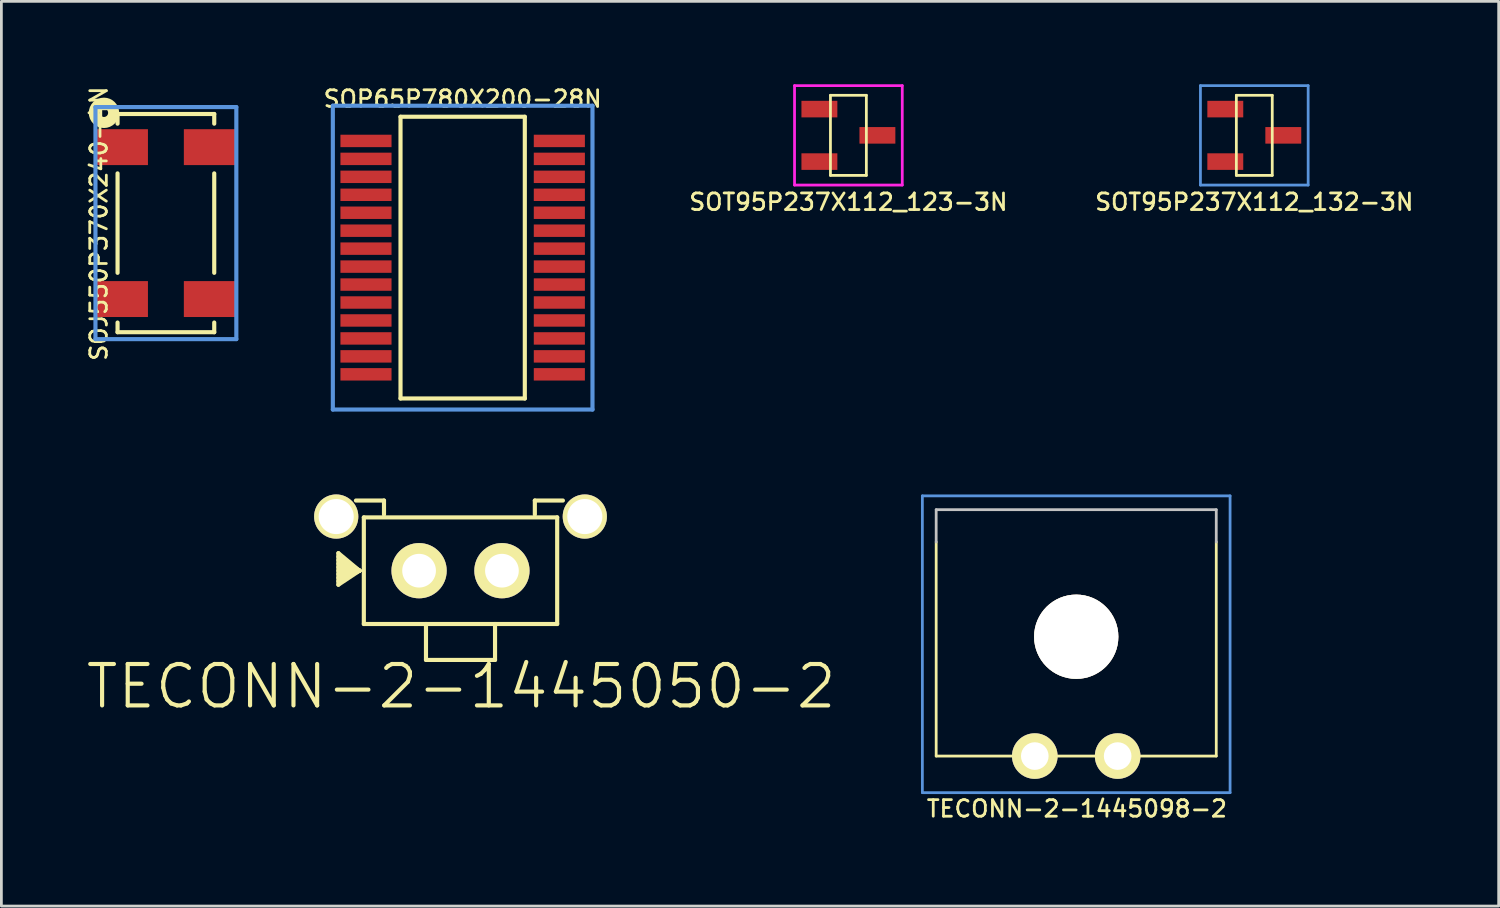
<source format=kicad_pcb>
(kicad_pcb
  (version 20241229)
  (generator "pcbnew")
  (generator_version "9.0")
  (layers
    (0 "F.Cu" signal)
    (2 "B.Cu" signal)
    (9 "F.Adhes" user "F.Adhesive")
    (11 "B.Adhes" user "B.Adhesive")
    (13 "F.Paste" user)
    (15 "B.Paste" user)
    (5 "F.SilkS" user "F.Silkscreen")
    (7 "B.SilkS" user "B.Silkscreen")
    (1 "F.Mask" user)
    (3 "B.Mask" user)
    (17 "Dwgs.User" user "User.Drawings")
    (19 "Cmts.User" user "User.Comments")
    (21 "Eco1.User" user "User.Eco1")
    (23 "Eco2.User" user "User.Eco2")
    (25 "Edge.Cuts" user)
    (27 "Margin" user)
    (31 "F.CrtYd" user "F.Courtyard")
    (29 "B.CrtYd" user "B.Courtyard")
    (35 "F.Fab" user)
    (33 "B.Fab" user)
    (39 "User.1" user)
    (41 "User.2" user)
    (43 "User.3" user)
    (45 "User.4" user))
  (footprint "TECONN-2-1445098-2"
    (layer "F.Cu")
    (at 34.413 24.322)
    (property "Reference" "TECONN-2-1445098-2" (at 1.524 1.905 0) (layer "F.SilkS") (effects (font (size 0.6 0.6) (thickness 0.1))))
    (attr through_hole)
    (fp_line (start -3.57 -7.75) (end -3.57 0) (stroke (width 0.1) (type solid)) (layer "F.SilkS"))
    (fp_line (start 6.57 0) (end -3.57 0) (stroke (width 0.1) (type solid)) (layer "F.SilkS"))
    (fp_line (start 6.57 0) (end 6.57 -7.75) (stroke (width 0.1) (type solid)) (layer "F.SilkS"))
    (fp_line (start -3.57 -8.92) (end 6.57 -8.92) (stroke (width 0.1) (type solid)) (layer "Dwgs.User"))
    (fp_line (start -3.57 -7.75) (end -3.57 -8.92) (stroke (width 0.1) (type solid)) (layer "Dwgs.User"))
    (fp_line (start 6.57 -8.92) (end 6.57 -7.75) (stroke (width 0.1) (type solid)) (layer "Dwgs.User"))
    (fp_line (start -4.07 -9.42) (end 7.07 -9.42) (stroke (width 0.1) (type solid)) (layer "Cmts.User"))
    (fp_line (start -4.07 1.325) (end -4.07 -9.42) (stroke (width 0.1) (type solid)) (layer "Cmts.User"))
    (fp_line (start 7.07 -9.42) (end 7.07 1.325) (stroke (width 0.1) (type solid)) (layer "Cmts.User"))
    (fp_line (start 7.07 1.325) (end -4.07 1.325) (stroke (width 0.1) (type solid)) (layer "Cmts.User"))
    (pad "" thru_hole circle (at 1.5 -4.32) (size 3.05 3.05) (drill 3.05) (layers "*.Cu" "*.Mask" "F.SilkS"))
    (pad "1" thru_hole circle (at 0 0) (size 1.65 1.65) (drill 1) (layers "*.Cu" "*.Mask" "F.SilkS"))
    (pad "2" thru_hole circle (at 3 0) (size 1.65 1.65) (drill 1) (layers "*.Cu" "*.Mask" "F.SilkS")))
  (footprint "SOP65P780X200-28N"
    (layer "F.Cu")
    (at 13.7 6.277)
    (property "Reference" "SOP65P780X200-28N" (at 0 -5.75 0) (layer "F.SilkS") (effects (font (size 0.6 0.6) (thickness 0.1))))
    (attr through_hole)
    (fp_line (start -2.25 -5.1) (end 2.25 -5.1) (stroke (width 0.15) (type solid)) (layer "F.SilkS"))
    (fp_line (start -2.25 5.1) (end -2.25 -5.1) (stroke (width 0.15) (type solid)) (layer "F.SilkS"))
    (fp_line (start 2.25 -5.1) (end 2.25 5.1) (stroke (width 0.15) (type solid)) (layer "F.SilkS"))
    (fp_line (start 2.25 5.1) (end -2.25 5.1) (stroke (width 0.15) (type solid)) (layer "F.SilkS"))
    (fp_line (start -4.7 -5.5) (end 4.7 -5.5) (stroke (width 0.15) (type solid)) (layer "Cmts.User"))
    (fp_line (start -4.7 5.5) (end -4.7 -5.5) (stroke (width 0.15) (type solid)) (layer "Cmts.User"))
    (fp_line (start 4.7 -5.5) (end 4.7 5.5) (stroke (width 0.15) (type solid)) (layer "Cmts.User"))
    (fp_line (start 4.7 5.5) (end -4.7 5.5) (stroke (width 0.15) (type solid)) (layer "Cmts.User"))
    (pad "1" smd rect (at -3.5 -4.225) (size 1.85 0.45) (layers "F.Cu" "F.Mask" "F.Paste"))
    (pad "2" smd rect (at -3.5 -3.575) (size 1.85 0.45) (layers "F.Cu" "F.Mask" "F.Paste"))
    (pad "3" smd rect (at -3.5 -2.925) (size 1.85 0.45) (layers "F.Cu" "F.Mask" "F.Paste"))
    (pad "4" smd rect (at -3.5 -2.275) (size 1.85 0.45) (layers "F.Cu" "F.Mask" "F.Paste"))
    (pad "5" smd rect (at -3.5 -1.625) (size 1.85 0.45) (layers "F.Cu" "F.Mask" "F.Paste"))
    (pad "6" smd rect (at -3.5 -0.975) (size 1.85 0.45) (layers "F.Cu" "F.Mask" "F.Paste"))
    (pad "7" smd rect (at -3.5 -0.325) (size 1.85 0.45) (layers "F.Cu" "F.Mask" "F.Paste"))
    (pad "8" smd rect (at -3.5 0.325) (size 1.85 0.45) (layers "F.Cu" "F.Mask" "F.Paste"))
    (pad "9" smd rect (at -3.5 0.975) (size 1.85 0.45) (layers "F.Cu" "F.Mask" "F.Paste"))
    (pad "10" smd rect (at -3.5 1.625) (size 1.85 0.45) (layers "F.Cu" "F.Mask" "F.Paste"))
    (pad "11" smd rect (at -3.5 2.275) (size 1.85 0.45) (layers "F.Cu" "F.Mask" "F.Paste"))
    (pad "12" smd rect (at -3.5 2.925) (size 1.85 0.45) (layers "F.Cu" "F.Mask" "F.Paste"))
    (pad "13" smd rect (at -3.5 3.575) (size 1.85 0.45) (layers "F.Cu" "F.Mask" "F.Paste"))
    (pad "14" smd rect (at -3.5 4.225) (size 1.85 0.45) (layers "F.Cu" "F.Mask" "F.Paste"))
    (pad "15" smd rect (at 3.5 4.225) (size 1.85 0.45) (layers "F.Cu" "F.Mask" "F.Paste"))
    (pad "16" smd rect (at 3.5 3.575) (size 1.85 0.45) (layers "F.Cu" "F.Mask" "F.Paste"))
    (pad "17" smd rect (at 3.5 2.925) (size 1.85 0.45) (layers "F.Cu" "F.Mask" "F.Paste"))
    (pad "18" smd rect (at 3.5 2.275) (size 1.85 0.45) (layers "F.Cu" "F.Mask" "F.Paste"))
    (pad "19" smd rect (at 3.5 1.625) (size 1.85 0.45) (layers "F.Cu" "F.Mask" "F.Paste"))
    (pad "20" smd rect (at 3.5 0.975) (size 1.85 0.45) (layers "F.Cu" "F.Mask" "F.Paste"))
    (pad "21" smd rect (at 3.5 0.325) (size 1.85 0.45) (layers "F.Cu" "F.Mask" "F.Paste"))
    (pad "22" smd rect (at 3.5 -0.325) (size 1.85 0.45) (layers "F.Cu" "F.Mask" "F.Paste"))
    (pad "23" smd rect (at 3.5 -0.975) (size 1.85 0.45) (layers "F.Cu" "F.Mask" "F.Paste"))
    (pad "24" smd rect (at 3.5 -1.625) (size 1.85 0.45) (layers "F.Cu" "F.Mask" "F.Paste"))
    (pad "25" smd rect (at 3.5 -2.275) (size 1.85 0.45) (layers "F.Cu" "F.Mask" "F.Paste"))
    (pad "26" smd rect (at 3.5 -2.925) (size 1.85 0.45) (layers "F.Cu" "F.Mask" "F.Paste"))
    (pad "27" smd rect (at 3.5 -3.575) (size 1.85 0.45) (layers "F.Cu" "F.Mask" "F.Paste"))
    (pad "28" smd rect (at 3.5 -4.225) (size 1.85 0.45) (layers "F.Cu" "F.Mask" "F.Paste")))
  (footprint "SOT95P237X112_123-3N"
    (layer "F.Cu")
    (at 27.665 1.85)
    (property "Reference" "SOT95P237X112_123-3N" (at 0 2.413 0) (layer "F.SilkS") (effects (font (size 0.6 0.6) (thickness 0.1))))
    (attr through_hole)
    (fp_line (start -0.65 -1.45) (end 0.65 -1.45) (stroke (width 0.1) (type solid)) (layer "F.SilkS"))
    (fp_line (start -0.65 1.45) (end -0.65 -1.45) (stroke (width 0.1) (type solid)) (layer "F.SilkS"))
    (fp_line (start -0.65 1.45) (end 0.65 1.45) (stroke (width 0.1) (type solid)) (layer "F.SilkS"))
    (fp_line (start 0.65 -1.45) (end 0.65 1.45) (stroke (width 0.1) (type solid)) (layer "F.SilkS"))
    (fp_line (start -1.95 -1.8) (end 1.95 -1.8) (stroke (width 0.1) (type solid)) (layer "F.CrtYd"))
    (fp_line (start -1.95 1.8) (end -1.95 -1.8) (stroke (width 0.1) (type solid)) (layer "F.CrtYd"))
    (fp_line (start 1.95 -1.8) (end 1.95 1.8) (stroke (width 0.1) (type solid)) (layer "F.CrtYd"))
    (fp_line (start 1.95 1.8) (end -1.95 1.8) (stroke (width 0.1) (type solid)) (layer "F.CrtYd"))
    (pad "1" smd rect (at -1.05 -0.95) (size 1.3 0.6) (layers "F.Cu" "F.Mask" "F.Paste"))
    (pad "2" smd rect (at -1.05 0.95) (size 1.3 0.6) (layers "F.Cu" "F.Mask" "F.Paste"))
    (pad "3" smd rect (at 1.05 0) (size 1.3 0.6) (layers "F.Cu" "F.Mask" "F.Paste")))
  (footprint "SOT95P237X112_132-3N"
    (layer "F.Cu")
    (at 42.36 1.85)
    (property "Reference" "SOT95P237X112_132-3N" (at 0 2.413 0) (layer "F.SilkS") (effects (font (size 0.6 0.6) (thickness 0.1))))
    (attr through_hole)
    (fp_line (start -0.65 -1.45) (end 0.65 -1.45) (stroke (width 0.1) (type solid)) (layer "F.SilkS"))
    (fp_line (start -0.65 1.45) (end -0.65 -1.45) (stroke (width 0.1) (type solid)) (layer "F.SilkS"))
    (fp_line (start -0.65 1.45) (end 0.65 1.45) (stroke (width 0.1) (type solid)) (layer "F.SilkS"))
    (fp_line (start 0.65 -1.45) (end 0.65 1.45) (stroke (width 0.1) (type solid)) (layer "F.SilkS"))
    (fp_line (start -1.95 -1.8) (end 1.95 -1.8) (stroke (width 0.1) (type solid)) (layer "Cmts.User"))
    (fp_line (start -1.95 1.8) (end -1.95 -1.8) (stroke (width 0.1) (type solid)) (layer "Cmts.User"))
    (fp_line (start 1.95 -1.8) (end 1.95 1.8) (stroke (width 0.1) (type solid)) (layer "Cmts.User"))
    (fp_line (start 1.95 1.8) (end -1.95 1.8) (stroke (width 0.1) (type solid)) (layer "Cmts.User"))
    (pad "1" smd rect (at -1.05 -0.95) (size 1.3 0.6) (layers "F.Cu" "F.Mask" "F.Paste"))
    (pad "2" smd rect (at 1.05 0) (size 1.3 0.6) (layers "F.Cu" "F.Mask" "F.Paste"))
    (pad "3" smd rect (at -1.05 0.95) (size 1.3 0.6) (layers "F.Cu" "F.Mask" "F.Paste")))
  (footprint "TECONN-2-1445050-2"
    (layer "F.Cu")
    (at 12.122 17.611)
    (property "Reference" "TECONN-2-1445050-2" (at 1.524 4.191 0) (layer "F.SilkS") (effects (font (size 1.5 1.5) (thickness 0.15))))
    (attr through_hole)
    (fp_line (start -2.921 -0.635) (end -2.921 0.508) (stroke (width 0.15) (type solid)) (layer "F.SilkS"))
    (fp_line (start -2.921 0.508) (end -2.159 0) (stroke (width 0.15) (type solid)) (layer "F.SilkS"))
    (fp_line (start -2.159 0) (end -2.921 -0.635) (stroke (width 0.15) (type solid)) (layer "F.SilkS"))
    (fp_line (start -2.159 0) (end -2.921 -0.508) (stroke (width 0.15) (type solid)) (layer "F.SilkS"))
    (fp_line (start -2.159 0) (end -2.921 -0.381) (stroke (width 0.15) (type solid)) (layer "F.SilkS"))
    (fp_line (start -2.159 0) (end -2.921 -0.254) (stroke (width 0.15) (type solid)) (layer "F.SilkS"))
    (fp_line (start -2.159 0) (end -2.921 -0.127) (stroke (width 0.15) (type solid)) (layer "F.SilkS"))
    (fp_line (start -2.159 0) (end -2.921 0) (stroke (width 0.15) (type solid)) (layer "F.SilkS"))
    (fp_line (start -2.159 0) (end -2.921 0.127) (stroke (width 0.15) (type solid)) (layer "F.SilkS"))
    (fp_line (start -2.159 0) (end -2.921 0.254) (stroke (width 0.15) (type solid)) (layer "F.SilkS"))
    (fp_line (start -2.159 0) (end -2.921 0.381) (stroke (width 0.15) (type solid)) (layer "F.SilkS"))
    (fp_line (start -2 1.93) (end -2 -1.93) (stroke (width 0.15) (type solid)) (layer "F.SilkS"))
    (fp_line (start -1.27 -2.54) (end -2.286 -2.54) (stroke (width 0.15) (type solid)) (layer "F.SilkS"))
    (fp_line (start -1.27 -2.032) (end -1.27 -2.54) (stroke (width 0.15) (type solid)) (layer "F.SilkS"))
    (fp_line (start 0.25 1.93) (end 0.25 3.23) (stroke (width 0.15) (type solid)) (layer "F.SilkS"))
    (fp_line (start 0.25 3.23) (end 2.75 3.23) (stroke (width 0.15) (type solid)) (layer "F.SilkS"))
    (fp_line (start 2.75 3.23) (end 2.75 1.93) (stroke (width 0.15) (type solid)) (layer "F.SilkS"))
    (fp_line (start 4.191 -2.54) (end 5.207 -2.54) (stroke (width 0.15) (type solid)) (layer "F.SilkS"))
    (fp_line (start 4.191 -2.032) (end 4.191 -2.54) (stroke (width 0.15) (type solid)) (layer "F.SilkS"))
    (fp_line (start 5 -1.93) (end -2 -1.93) (stroke (width 0.15) (type solid)) (layer "F.SilkS"))
    (fp_line (start 5 -1.93) (end 5 1.93) (stroke (width 0.15) (type solid)) (layer "F.SilkS"))
    (fp_line (start 5 1.93) (end -2 1.93) (stroke (width 0.15) (type solid)) (layer "F.SilkS"))
    (pad "" thru_hole circle (at -3 -1.96) (size 1.6 1.6) (drill 1.27) (layers "*.Cu" "*.Mask" "F.SilkS"))
    (pad "" thru_hole circle (at 6 -1.96) (size 1.6 1.6) (drill 1.27) (layers "*.Cu" "*.Mask" "F.SilkS"))
    (pad "1" thru_hole circle (at 0 0) (size 2 2) (drill 1.22) (layers "*.Cu" "*.Mask" "F.SilkS"))
    (pad "2" thru_hole circle (at 3 0) (size 2 2) (drill 1.22) (layers "*.Cu" "*.Mask" "F.SilkS")))
  (footprint "SOJ550P370X240-4N"
    (layer "F.Cu")
    (at 2.956 5.027)
    (property "Reference" "SOJ550P370X240-4N" (at -2.429 0.02 90) (layer "F.SilkS") (effects (font (size 0.6 0.6) (thickness 0.1))))
    (attr through_hole)
    (fp_line (start -1.75 -3.95) (end 1.75 -3.95) (stroke (width 0.15) (type solid)) (layer "F.SilkS"))
    (fp_line (start -1.75 -3.6) (end -1.75 -3.95) (stroke (width 0.15) (type solid)) (layer "F.SilkS"))
    (fp_line (start -1.75 1.8) (end -1.75 -1.8) (stroke (width 0.15) (type solid)) (layer "F.SilkS"))
    (fp_line (start -1.75 3.6) (end -1.75 3.95) (stroke (width 0.15) (type solid)) (layer "F.SilkS"))
    (fp_line (start 1.75 -3.95) (end 1.75 -3.6) (stroke (width 0.15) (type solid)) (layer "F.SilkS"))
    (fp_line (start 1.75 -1.8) (end 1.75 1.8) (stroke (width 0.15) (type solid)) (layer "F.SilkS"))
    (fp_line (start 1.75 3.95) (end -1.75 3.95) (stroke (width 0.15) (type solid)) (layer "F.SilkS"))
    (fp_line (start 1.75 3.95) (end 1.75 3.6) (stroke (width 0.15) (type solid)) (layer "F.SilkS"))
    (fp_circle (center -2.242 -3.992) (end -2.092 -3.992) (stroke (width 0.4) (type solid)) (fill no) (layer "F.SilkS"))
    (fp_line (start -2.55 -4.2) (end 2.55 -4.2) (stroke (width 0.15) (type solid)) (layer "Cmts.User"))
    (fp_line (start -2.55 4.2) (end -2.55 -4.2) (stroke (width 0.15) (type solid)) (layer "Cmts.User"))
    (fp_line (start 2.55 -4.2) (end 2.55 4.2) (stroke (width 0.15) (type solid)) (layer "Cmts.User"))
    (fp_line (start 2.55 4.2) (end -2.55 4.2) (stroke (width 0.15) (type solid)) (layer "Cmts.User"))
    (pad "1" smd rect (at -1.6 -2.75) (size 1.9 1.3) (layers "F.Cu" "F.Mask" "F.Paste"))
    (pad "2" smd rect (at -1.6 2.75) (size 1.9 1.3) (layers "F.Cu" "F.Mask" "F.Paste"))
    (pad "3" smd rect (at 1.6 2.75) (size 1.9 1.3) (layers "F.Cu" "F.Mask" "F.Paste"))
    (pad "4" smd rect (at 1.6 -2.75) (size 1.9 1.3) (layers "F.Cu" "F.Mask" "F.Paste")))
  (gr_rect
    (start -3 -3)
    (end 51.207 29.753)
    (stroke (width 0.1) (type default))
    (fill no)
    (layer "Edge.Cuts")))
</source>
